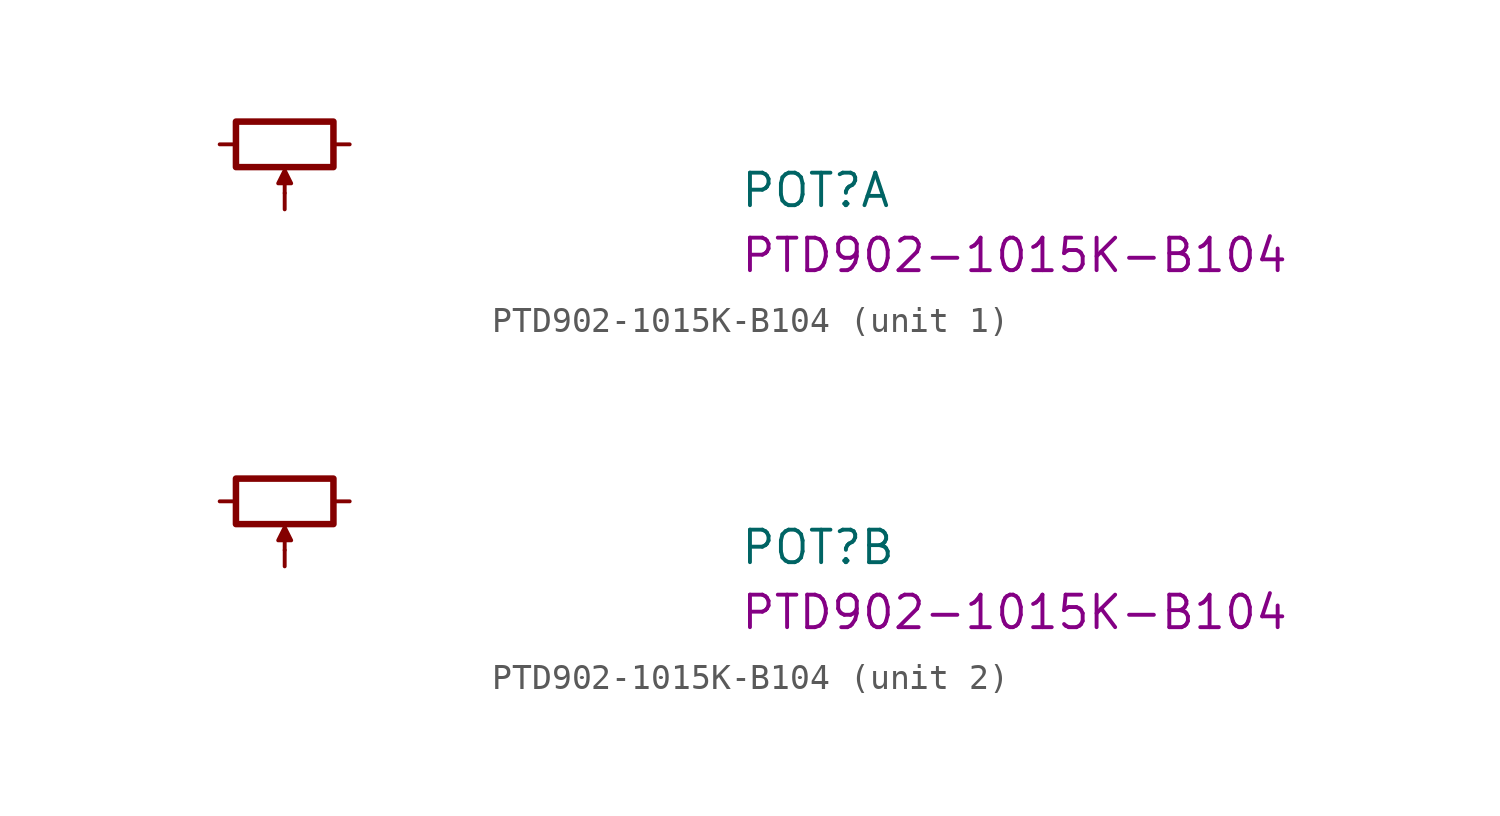
<source format=kicad_sym>
(kicad_symbol_lib
  (version 20220914)
  (generator kicad_symbol_editor)
  (symbol "PTD902-1015K-B104"
    (pin_numbers hide)
    (pin_names hide)
    (property "Reference" "POT"
      (at 20.32 -2.54 0)
      (effects (font (size 1.27 1.27)) (justify left bottom)))
    (property "MPN" "PTD902-1015K-B104"
      (at 20.32 -5.08 0)
      (effects (font (size 1.27 1.27)) (justify left bottom)))
    (property "ki_locked" ""
      (at 0 0 0)
      (effects (font (size 1.27 1.27))))
    (symbol "PTD902-1015K-B104_0_1"
      (polyline (pts (xy 2.54 -1.905) (xy 2.54 -1.016) (xy 2.794 -1.524) (xy 2.286 -1.524) (xy 2.54 -1.016)) (stroke (width 0) (type default)) (fill (type outline)))
      (rectangle (start 0.635 0.889) (end 4.445 -0.889) (stroke (width 0.254) (type default)) (fill (type none))))
    (symbol "PTD902-1015K-B104_1_1"
      (pin passive line (at 0 0 0) (length 0.635) (name "~" (effects (font (size 1.27 1.27)))) (number "1" (effects (font (size 1.27 1.27)))))
      (pin passive line (at 2.54 -2.54 90) (length 0.635) (name "~" (effects (font (size 1.27 1.27)))) (number "2" (effects (font (size 1.27 1.27)))))
      (pin passive line (at 5.08 0 180) (length 0.635) (name "~" (effects (font (size 1.27 1.27)))) (number "3" (effects (font (size 1.27 1.27))))))
    (symbol "PTD902-1015K-B104_2_1"
      (pin passive line (at 0 0 0) (length 0.635) (name "~" (effects (font (size 1.27 1.27)))) (number "4" (effects (font (size 1.27 1.27)))))
      (pin passive line (at 2.54 -2.54 90) (length 0.635) (name "~" (effects (font (size 1.27 1.27)))) (number "5" (effects (font (size 1.27 1.27)))))
      (pin passive line (at 5.08 0 180) (length 0.635) (name "~" (effects (font (size 1.27 1.27)))) (number "6" (effects (font (size 1.27 1.27))))))))
</source>
